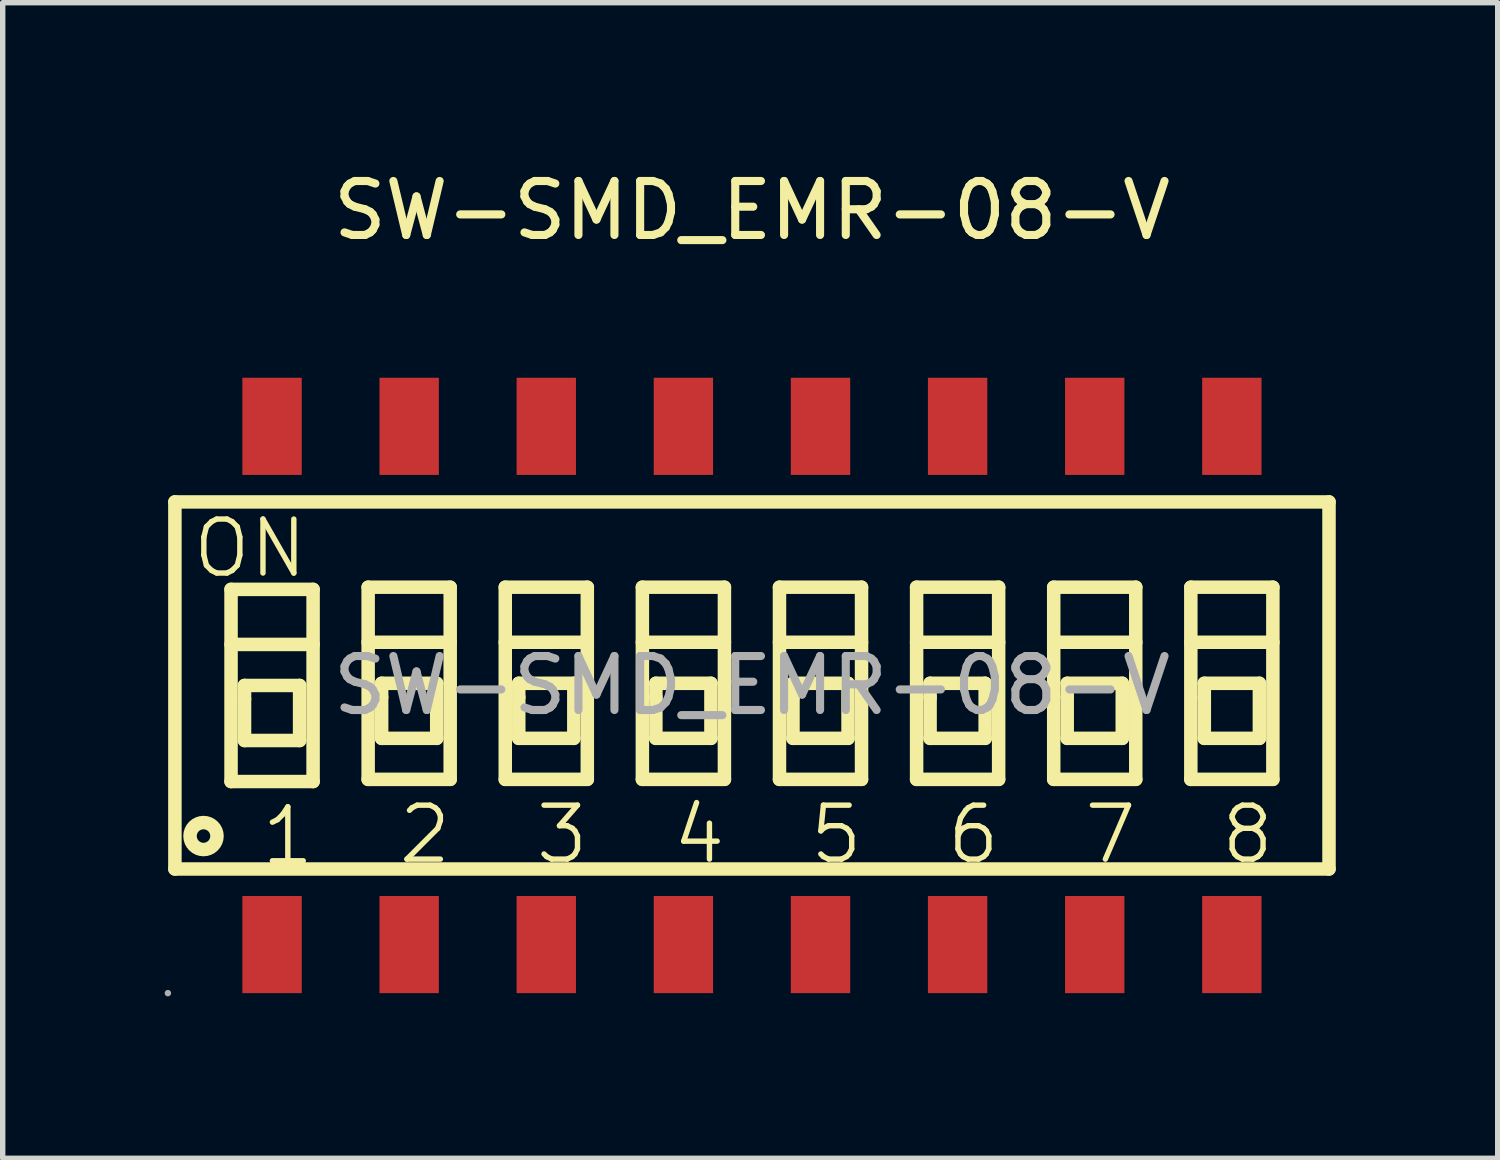
<source format=kicad_pcb>
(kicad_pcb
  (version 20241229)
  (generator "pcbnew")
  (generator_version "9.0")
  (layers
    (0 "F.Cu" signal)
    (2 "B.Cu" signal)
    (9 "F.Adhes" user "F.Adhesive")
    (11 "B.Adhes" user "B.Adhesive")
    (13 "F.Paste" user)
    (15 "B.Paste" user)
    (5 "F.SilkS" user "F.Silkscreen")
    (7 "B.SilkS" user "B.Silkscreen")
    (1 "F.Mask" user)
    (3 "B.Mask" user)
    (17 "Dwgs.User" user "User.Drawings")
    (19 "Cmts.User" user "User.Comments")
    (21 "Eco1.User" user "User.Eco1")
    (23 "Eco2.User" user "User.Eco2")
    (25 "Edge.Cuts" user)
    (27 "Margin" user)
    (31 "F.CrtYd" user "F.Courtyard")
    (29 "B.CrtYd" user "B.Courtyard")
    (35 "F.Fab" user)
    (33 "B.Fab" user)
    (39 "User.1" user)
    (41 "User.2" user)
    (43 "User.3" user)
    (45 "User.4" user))
  (footprint "SW-SMD_EMR-08-V"
    (layer "F.Cu")
    (at 10.88 9.648)
    (property "Reference" "SW-SMD_EMR-08-V" (at 0 -8.8 0) (layer "F.SilkS") (effects (font (size 1 1) (thickness 0.15))))
    (attr through_hole)
    (fp_line (start -10.69 -3.4) (end 10.69 -3.4) (stroke (width 0.25) (type solid)) (layer "F.SilkS"))
    (fp_line (start -10.69 3.4) (end -10.69 -3.4) (stroke (width 0.25) (type solid)) (layer "F.SilkS"))
    (fp_line (start -9.65 -1.78) (end -8.13 -1.78) (stroke (width 0.25) (type solid)) (layer "F.SilkS"))
    (fp_line (start -9.65 -0.76) (end -8.13 -0.76) (stroke (width 0.25) (type solid)) (layer "F.SilkS"))
    (fp_line (start -9.65 1.78) (end -9.65 -1.78) (stroke (width 0.25) (type solid)) (layer "F.SilkS"))
    (fp_line (start -9.4 0) (end -8.38 0) (stroke (width 0.25) (type solid)) (layer "F.SilkS"))
    (fp_line (start -9.4 0.25) (end -9.4 0) (stroke (width 0.25) (type solid)) (layer "F.SilkS"))
    (fp_line (start -9.4 1.02) (end -9.4 0.25) (stroke (width 0.25) (type solid)) (layer "F.SilkS"))
    (fp_line (start -8.38 0) (end -8.38 1.02) (stroke (width 0.25) (type solid)) (layer "F.SilkS"))
    (fp_line (start -8.38 1.02) (end -9.4 1.02) (stroke (width 0.25) (type solid)) (layer "F.SilkS"))
    (fp_line (start -8.13 -1.78) (end -8.13 1.78) (stroke (width 0.25) (type solid)) (layer "F.SilkS"))
    (fp_line (start -8.13 1.78) (end -9.65 1.78) (stroke (width 0.25) (type solid)) (layer "F.SilkS"))
    (fp_line (start -7.11 -1.82) (end -5.59 -1.82) (stroke (width 0.25) (type solid)) (layer "F.SilkS"))
    (fp_line (start -7.11 -0.8) (end -5.59 -0.8) (stroke (width 0.25) (type solid)) (layer "F.SilkS"))
    (fp_line (start -7.11 1.74) (end -7.11 -1.82) (stroke (width 0.25) (type solid)) (layer "F.SilkS"))
    (fp_line (start -6.86 -0.04) (end -5.84 -0.04) (stroke (width 0.25) (type solid)) (layer "F.SilkS"))
    (fp_line (start -6.86 0.22) (end -6.86 -0.04) (stroke (width 0.25) (type solid)) (layer "F.SilkS"))
    (fp_line (start -6.86 0.98) (end -6.86 0.22) (stroke (width 0.25) (type solid)) (layer "F.SilkS"))
    (fp_line (start -5.84 -0.04) (end -5.84 0.98) (stroke (width 0.25) (type solid)) (layer "F.SilkS"))
    (fp_line (start -5.84 0.98) (end -6.86 0.98) (stroke (width 0.25) (type solid)) (layer "F.SilkS"))
    (fp_line (start -5.59 -1.82) (end -5.59 1.74) (stroke (width 0.25) (type solid)) (layer "F.SilkS"))
    (fp_line (start -5.59 1.74) (end -7.11 1.74) (stroke (width 0.25) (type solid)) (layer "F.SilkS"))
    (fp_line (start -4.57 -1.82) (end -3.05 -1.82) (stroke (width 0.25) (type solid)) (layer "F.SilkS"))
    (fp_line (start -4.57 -0.8) (end -3.05 -0.8) (stroke (width 0.25) (type solid)) (layer "F.SilkS"))
    (fp_line (start -4.57 1.74) (end -4.57 -1.82) (stroke (width 0.25) (type solid)) (layer "F.SilkS"))
    (fp_line (start -4.32 -0.04) (end -3.3 -0.04) (stroke (width 0.25) (type solid)) (layer "F.SilkS"))
    (fp_line (start -4.32 0.22) (end -4.32 -0.04) (stroke (width 0.25) (type solid)) (layer "F.SilkS"))
    (fp_line (start -4.32 0.98) (end -4.32 0.22) (stroke (width 0.25) (type solid)) (layer "F.SilkS"))
    (fp_line (start -3.3 -0.04) (end -3.3 0.98) (stroke (width 0.25) (type solid)) (layer "F.SilkS"))
    (fp_line (start -3.3 0.98) (end -4.32 0.98) (stroke (width 0.25) (type solid)) (layer "F.SilkS"))
    (fp_line (start -3.05 -1.82) (end -3.05 1.74) (stroke (width 0.25) (type solid)) (layer "F.SilkS"))
    (fp_line (start -3.05 1.74) (end -4.57 1.74) (stroke (width 0.25) (type solid)) (layer "F.SilkS"))
    (fp_line (start -2.03 -1.82) (end -0.51 -1.82) (stroke (width 0.25) (type solid)) (layer "F.SilkS"))
    (fp_line (start -2.03 -0.8) (end -0.51 -0.8) (stroke (width 0.25) (type solid)) (layer "F.SilkS"))
    (fp_line (start -2.03 1.74) (end -2.03 -1.82) (stroke (width 0.25) (type solid)) (layer "F.SilkS"))
    (fp_line (start -1.78 -0.04) (end -0.76 -0.04) (stroke (width 0.25) (type solid)) (layer "F.SilkS"))
    (fp_line (start -1.78 0.22) (end -1.78 -0.04) (stroke (width 0.25) (type solid)) (layer "F.SilkS"))
    (fp_line (start -1.78 0.98) (end -1.78 0.22) (stroke (width 0.25) (type solid)) (layer "F.SilkS"))
    (fp_line (start -0.76 -0.04) (end -0.76 0.98) (stroke (width 0.25) (type solid)) (layer "F.SilkS"))
    (fp_line (start -0.76 0.98) (end -1.78 0.98) (stroke (width 0.25) (type solid)) (layer "F.SilkS"))
    (fp_line (start -0.51 -1.82) (end -0.51 1.74) (stroke (width 0.25) (type solid)) (layer "F.SilkS"))
    (fp_line (start -0.51 1.74) (end -2.03 1.74) (stroke (width 0.25) (type solid)) (layer "F.SilkS"))
    (fp_line (start 0.51 -1.82) (end 2.03 -1.82) (stroke (width 0.25) (type solid)) (layer "F.SilkS"))
    (fp_line (start 0.51 -0.8) (end 2.03 -0.8) (stroke (width 0.25) (type solid)) (layer "F.SilkS"))
    (fp_line (start 0.51 1.74) (end 0.51 -1.82) (stroke (width 0.25) (type solid)) (layer "F.SilkS"))
    (fp_line (start 0.76 -0.04) (end 1.78 -0.04) (stroke (width 0.25) (type solid)) (layer "F.SilkS"))
    (fp_line (start 0.76 0.22) (end 0.76 -0.04) (stroke (width 0.25) (type solid)) (layer "F.SilkS"))
    (fp_line (start 0.76 0.98) (end 0.76 0.22) (stroke (width 0.25) (type solid)) (layer "F.SilkS"))
    (fp_line (start 1.78 -0.04) (end 1.78 0.98) (stroke (width 0.25) (type solid)) (layer "F.SilkS"))
    (fp_line (start 1.78 0.98) (end 0.76 0.98) (stroke (width 0.25) (type solid)) (layer "F.SilkS"))
    (fp_line (start 2.03 -1.82) (end 2.03 1.74) (stroke (width 0.25) (type solid)) (layer "F.SilkS"))
    (fp_line (start 2.03 1.74) (end 0.51 1.74) (stroke (width 0.25) (type solid)) (layer "F.SilkS"))
    (fp_line (start 3.05 -1.82) (end 4.57 -1.82) (stroke (width 0.25) (type solid)) (layer "F.SilkS"))
    (fp_line (start 3.05 -0.8) (end 4.57 -0.8) (stroke (width 0.25) (type solid)) (layer "F.SilkS"))
    (fp_line (start 3.05 1.74) (end 3.05 -1.82) (stroke (width 0.25) (type solid)) (layer "F.SilkS"))
    (fp_line (start 3.3 -0.04) (end 4.32 -0.04) (stroke (width 0.25) (type solid)) (layer "F.SilkS"))
    (fp_line (start 3.3 0.22) (end 3.3 -0.04) (stroke (width 0.25) (type solid)) (layer "F.SilkS"))
    (fp_line (start 3.3 0.98) (end 3.3 0.22) (stroke (width 0.25) (type solid)) (layer "F.SilkS"))
    (fp_line (start 4.32 -0.04) (end 4.32 0.98) (stroke (width 0.25) (type solid)) (layer "F.SilkS"))
    (fp_line (start 4.32 0.98) (end 3.3 0.98) (stroke (width 0.25) (type solid)) (layer "F.SilkS"))
    (fp_line (start 4.57 -1.82) (end 4.57 1.74) (stroke (width 0.25) (type solid)) (layer "F.SilkS"))
    (fp_line (start 4.57 1.74) (end 3.05 1.74) (stroke (width 0.25) (type solid)) (layer "F.SilkS"))
    (fp_line (start 5.59 -1.82) (end 7.11 -1.82) (stroke (width 0.25) (type solid)) (layer "F.SilkS"))
    (fp_line (start 5.59 -0.8) (end 7.11 -0.8) (stroke (width 0.25) (type solid)) (layer "F.SilkS"))
    (fp_line (start 5.59 1.74) (end 5.59 -1.82) (stroke (width 0.25) (type solid)) (layer "F.SilkS"))
    (fp_line (start 5.84 -0.04) (end 6.86 -0.04) (stroke (width 0.25) (type solid)) (layer "F.SilkS"))
    (fp_line (start 5.84 0.22) (end 5.84 -0.04) (stroke (width 0.25) (type solid)) (layer "F.SilkS"))
    (fp_line (start 5.84 0.98) (end 5.84 0.22) (stroke (width 0.25) (type solid)) (layer "F.SilkS"))
    (fp_line (start 6.86 -0.04) (end 6.86 0.98) (stroke (width 0.25) (type solid)) (layer "F.SilkS"))
    (fp_line (start 6.86 0.98) (end 5.84 0.98) (stroke (width 0.25) (type solid)) (layer "F.SilkS"))
    (fp_line (start 7.11 -1.82) (end 7.11 1.74) (stroke (width 0.25) (type solid)) (layer "F.SilkS"))
    (fp_line (start 7.11 1.74) (end 5.59 1.74) (stroke (width 0.25) (type solid)) (layer "F.SilkS"))
    (fp_line (start 8.13 -1.82) (end 9.65 -1.82) (stroke (width 0.25) (type solid)) (layer "F.SilkS"))
    (fp_line (start 8.13 -0.8) (end 9.65 -0.8) (stroke (width 0.25) (type solid)) (layer "F.SilkS"))
    (fp_line (start 8.13 1.74) (end 8.13 -1.82) (stroke (width 0.25) (type solid)) (layer "F.SilkS"))
    (fp_line (start 8.38 -0.04) (end 9.4 -0.04) (stroke (width 0.25) (type solid)) (layer "F.SilkS"))
    (fp_line (start 8.38 0.22) (end 8.38 -0.04) (stroke (width 0.25) (type solid)) (layer "F.SilkS"))
    (fp_line (start 8.38 0.98) (end 8.38 0.22) (stroke (width 0.25) (type solid)) (layer "F.SilkS"))
    (fp_line (start 9.4 -0.04) (end 9.4 0.98) (stroke (width 0.25) (type solid)) (layer "F.SilkS"))
    (fp_line (start 9.4 0.98) (end 8.38 0.98) (stroke (width 0.25) (type solid)) (layer "F.SilkS"))
    (fp_line (start 9.65 -1.82) (end 9.65 1.74) (stroke (width 0.25) (type solid)) (layer "F.SilkS"))
    (fp_line (start 9.65 1.74) (end 8.13 1.74) (stroke (width 0.25) (type solid)) (layer "F.SilkS"))
    (fp_line (start 10.69 -3.4) (end 10.69 3.4) (stroke (width 0.25) (type solid)) (layer "F.SilkS"))
    (fp_line (start 10.69 3.4) (end -10.69 3.4) (stroke (width 0.25) (type solid)) (layer "F.SilkS"))
    (fp_circle (center -10.16 2.79) (end -9.91 2.79) (stroke (width 0.25) (type solid)) (fill no) (layer "F.SilkS"))
    (fp_circle (center -10.82 5.7) (end -10.79 5.7) (stroke (width 0.06) (type solid)) (fill no) (layer "F.Fab"))
    (fp_text user "3" (at -4.06 2.76 0) (layer "F.SilkS") (effects (font (size 1 1) (thickness 0.1)) (justify left)))
    (fp_text user "2" (at -6.6 2.76 0) (layer "F.SilkS") (effects (font (size 1 1) (thickness 0.1)) (justify left)))
    (fp_text user "4" (at -1.52 2.76 0) (layer "F.SilkS") (effects (font (size 1 1) (thickness 0.1)) (justify left)))
    (fp_text user "7" (at 6.1 2.76 0) (layer "F.SilkS") (effects (font (size 1 1) (thickness 0.1)) (justify left)))
    (fp_text user "6" (at 3.56 2.76 0) (layer "F.SilkS") (effects (font (size 1 1) (thickness 0.1)) (justify left)))
    (fp_text user "8" (at 8.64 2.76 0) (layer "F.SilkS") (effects (font (size 1 1) (thickness 0.1)) (justify left)))
    (fp_text user "5" (at 1.02 2.76 0) (layer "F.SilkS") (effects (font (size 1 1) (thickness 0.1)) (justify left)))
    (fp_text user "1" (at -9.14 2.79 0) (layer "F.SilkS") (effects (font (size 1 1) (thickness 0.1)) (justify left)))
    (fp_text user "ON" (at -10.41 -2.54 0) (layer "F.SilkS") (effects (font (size 1 1) (thickness 0.1)) (justify left)))
    (fp_text user "${REFERENCE}" (at 0 0 0) (layer "F.Fab") (effects (font (size 1 1) (thickness 0.15))))
    (pad "1" smd rect (at -8.89 4.8) (size 1.1 1.8) (layers "F.Cu" "F.Mask" "F.Paste"))
    (pad "2" smd rect (at -6.35 4.8) (size 1.1 1.8) (layers "F.Cu" "F.Mask" "F.Paste"))
    (pad "3" smd rect (at -3.81 4.8) (size 1.1 1.8) (layers "F.Cu" "F.Mask" "F.Paste"))
    (pad "4" smd rect (at -1.27 4.8) (size 1.1 1.8) (layers "F.Cu" "F.Mask" "F.Paste"))
    (pad "5" smd rect (at 1.27 4.8) (size 1.1 1.8) (layers "F.Cu" "F.Mask" "F.Paste"))
    (pad "6" smd rect (at 3.81 4.8) (size 1.1 1.8) (layers "F.Cu" "F.Mask" "F.Paste"))
    (pad "7" smd rect (at 6.35 4.8) (size 1.1 1.8) (layers "F.Cu" "F.Mask" "F.Paste"))
    (pad "8" smd rect (at 8.89 4.8) (size 1.1 1.8) (layers "F.Cu" "F.Mask" "F.Paste"))
    (pad "9" smd rect (at 8.89 -4.8) (size 1.1 1.8) (layers "F.Cu" "F.Mask" "F.Paste"))
    (pad "10" smd rect (at 6.35 -4.8) (size 1.1 1.8) (layers "F.Cu" "F.Mask" "F.Paste"))
    (pad "11" smd rect (at 3.81 -4.8) (size 1.1 1.8) (layers "F.Cu" "F.Mask" "F.Paste"))
    (pad "12" smd rect (at 1.27 -4.8) (size 1.1 1.8) (layers "F.Cu" "F.Mask" "F.Paste"))
    (pad "13" smd rect (at -1.27 -4.8) (size 1.1 1.8) (layers "F.Cu" "F.Mask" "F.Paste"))
    (pad "14" smd rect (at -3.81 -4.8) (size 1.1 1.8) (layers "F.Cu" "F.Mask" "F.Paste"))
    (pad "15" smd rect (at -6.35 -4.8) (size 1.1 1.8) (layers "F.Cu" "F.Mask" "F.Paste"))
    (pad "16" smd rect (at -8.89 -4.8) (size 1.1 1.8) (layers "F.Cu" "F.Mask" "F.Paste")))
  (gr_rect
    (start -3 -3)
    (end 24.695 18.408)
    (stroke (width 0.1) (type default))
    (fill no)
    (layer "Edge.Cuts")))
</source>
